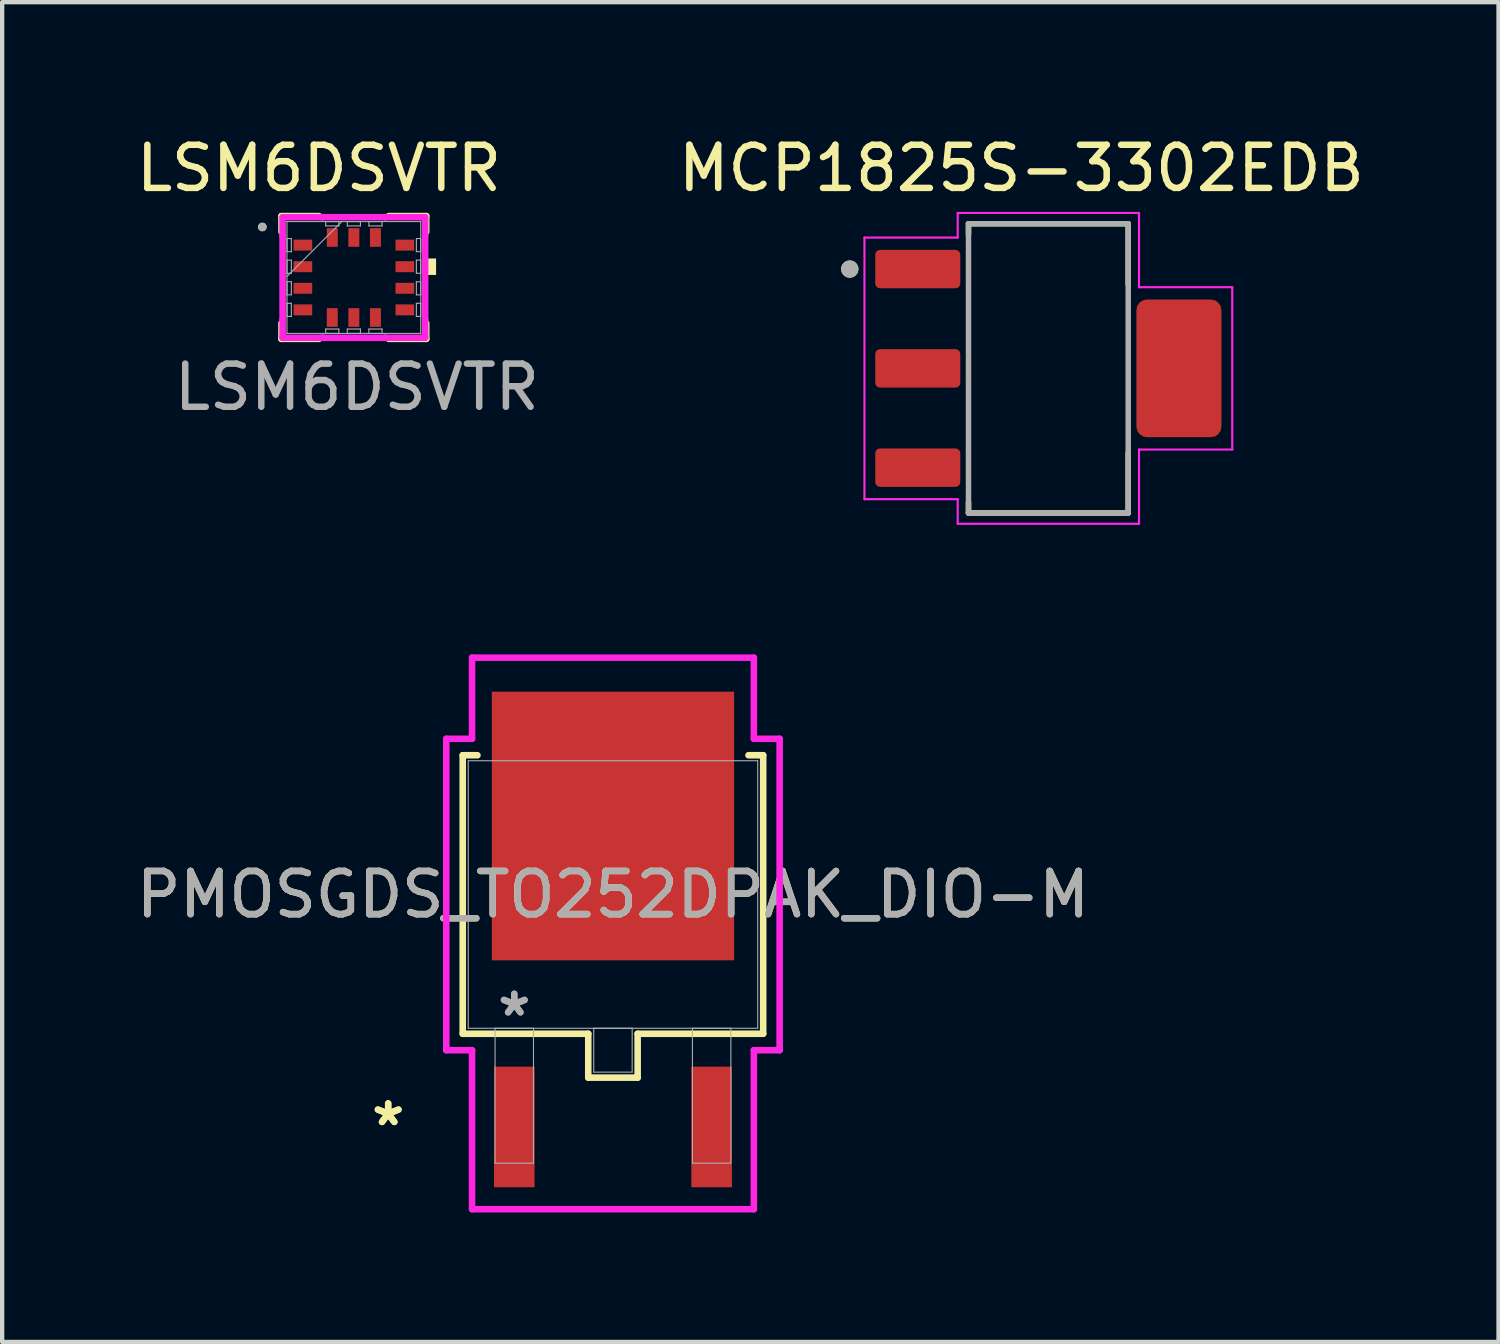
<source format=kicad_pcb>
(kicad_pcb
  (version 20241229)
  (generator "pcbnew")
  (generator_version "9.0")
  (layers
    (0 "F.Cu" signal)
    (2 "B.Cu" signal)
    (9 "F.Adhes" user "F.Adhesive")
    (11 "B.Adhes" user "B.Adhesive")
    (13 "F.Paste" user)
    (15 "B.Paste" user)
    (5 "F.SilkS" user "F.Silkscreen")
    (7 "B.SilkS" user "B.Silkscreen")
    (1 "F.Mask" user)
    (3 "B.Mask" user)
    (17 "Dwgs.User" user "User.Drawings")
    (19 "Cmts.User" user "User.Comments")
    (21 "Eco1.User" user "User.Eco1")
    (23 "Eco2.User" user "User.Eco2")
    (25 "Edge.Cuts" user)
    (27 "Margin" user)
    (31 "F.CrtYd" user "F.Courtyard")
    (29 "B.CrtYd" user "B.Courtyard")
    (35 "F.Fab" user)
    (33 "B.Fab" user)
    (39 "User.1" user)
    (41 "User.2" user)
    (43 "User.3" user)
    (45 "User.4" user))
  (footprint "MCP1825S-3302EDB"
    (layer "F.Cu")
    (at 21.235 5.483)
    (property "Reference" "MCP1825S-3302EDB" (at -0.625 -4.635 0) (layer "F.SilkS") (effects (font (size 1 1) (thickness 0.15))))
    (attr smd)
    (fp_line (start -1.85 -3.35) (end -1.85 -3.1) (stroke (width 0.127) (type solid)) (layer "F.SilkS"))
    (fp_line (start -1.85 3.35) (end -1.85 3.1) (stroke (width 0.127) (type solid)) (layer "F.SilkS"))
    (fp_line (start 1.85 -3.35) (end -1.85 -3.35) (stroke (width 0.127) (type solid)) (layer "F.SilkS"))
    (fp_line (start 1.85 -1.95) (end 1.85 -3.35) (stroke (width 0.127) (type solid)) (layer "F.SilkS"))
    (fp_line (start 1.85 1.95) (end 1.85 3.35) (stroke (width 0.127) (type solid)) (layer "F.SilkS"))
    (fp_line (start 1.85 3.35) (end -1.85 3.35) (stroke (width 0.127) (type solid)) (layer "F.SilkS"))
    (fp_circle (center -4.6 -2.3) (end -4.5 -2.3) (stroke (width 0.2) (type solid)) (fill no) (layer "F.SilkS"))
    (fp_line (start -4.26 -3.03) (end -4.26 3.03) (stroke (width 0.05) (type solid)) (layer "F.CrtYd"))
    (fp_line (start -4.26 3.03) (end -2.1 3.03) (stroke (width 0.05) (type solid)) (layer "F.CrtYd"))
    (fp_line (start -2.1 -3.6) (end -2.1 -3.03) (stroke (width 0.05) (type solid)) (layer "F.CrtYd"))
    (fp_line (start -2.1 -3.6) (end 2.1 -3.6) (stroke (width 0.05) (type solid)) (layer "F.CrtYd"))
    (fp_line (start -2.1 -3.03) (end -4.26 -3.03) (stroke (width 0.05) (type solid)) (layer "F.CrtYd"))
    (fp_line (start -2.1 3.03) (end -2.1 3.6) (stroke (width 0.05) (type solid)) (layer "F.CrtYd"))
    (fp_line (start 2.1 -3.6) (end 2.1 -1.88) (stroke (width 0.05) (type solid)) (layer "F.CrtYd"))
    (fp_line (start 2.1 -1.88) (end 4.26 -1.88) (stroke (width 0.05) (type solid)) (layer "F.CrtYd"))
    (fp_line (start 2.1 1.88) (end 2.1 3.6) (stroke (width 0.05) (type solid)) (layer "F.CrtYd"))
    (fp_line (start 2.1 3.6) (end -2.1 3.6) (stroke (width 0.05) (type solid)) (layer "F.CrtYd"))
    (fp_line (start 4.26 -1.88) (end 4.26 1.88) (stroke (width 0.05) (type solid)) (layer "F.CrtYd"))
    (fp_line (start 4.26 1.88) (end 2.1 1.88) (stroke (width 0.05) (type solid)) (layer "F.CrtYd"))
    (fp_line (start -1.85 -3.35) (end 1.85 -3.35) (stroke (width 0.127) (type solid)) (layer "F.Fab"))
    (fp_line (start -1.85 3.35) (end -1.85 -3.35) (stroke (width 0.127) (type solid)) (layer "F.Fab"))
    (fp_line (start 1.85 -3.35) (end 1.85 3.35) (stroke (width 0.127) (type solid)) (layer "F.Fab"))
    (fp_line (start 1.85 3.35) (end -1.85 3.35) (stroke (width 0.127) (type solid)) (layer "F.Fab"))
    (fp_circle (center -4.6 -2.3) (end -4.5 -2.3) (stroke (width 0.2) (type solid)) (fill no) (layer "F.Fab"))
    (pad "1" smd roundrect (at -3.025 -2.3) (size 1.97 0.89) (layers "F.Cu" "F.Mask" "F.Paste") (roundrect_rratio 0.125))
    (pad "2" smd roundrect (at -3.025 0) (size 1.97 0.89) (layers "F.Cu" "F.Mask" "F.Paste") (roundrect_rratio 0.125))
    (pad "3" smd roundrect (at -3.025 2.3) (size 1.97 0.89) (layers "F.Cu" "F.Mask" "F.Paste") (roundrect_rratio 0.125))
    (pad "4" smd roundrect (at 3.025 0) (size 1.97 3.19) (layers "F.Cu" "F.Mask" "F.Paste") (roundrect_rratio 0.125)))
  (footprint "LSM6DSVTR"
    (layer "F.Cu")
    (at 5.147 3.378)
    (property "Reference" "LSM6DSVTR" (at -0.808 -2.53 0) (unlocked yes) (layer "F.SilkS") (effects (font (size 1 1) (thickness 0.15))))
    (attr smd)
    (fp_line (start -1.676 -1.422) (end -1.676 -1.058) (stroke (width 0.152) (type solid)) (layer "F.SilkS"))
    (fp_line (start -1.676 1.058) (end -1.676 1.422) (stroke (width 0.152) (type solid)) (layer "F.SilkS"))
    (fp_line (start -1.676 1.422) (end -0.808 1.422) (stroke (width 0.152) (type solid)) (layer "F.SilkS"))
    (fp_line (start -0.808 -1.422) (end -1.676 -1.422) (stroke (width 0.152) (type solid)) (layer "F.SilkS"))
    (fp_line (start 0.808 1.422) (end 1.676 1.422) (stroke (width 0.152) (type solid)) (layer "F.SilkS"))
    (fp_line (start 1.676 -1.422) (end 0.808 -1.422) (stroke (width 0.152) (type solid)) (layer "F.SilkS"))
    (fp_line (start 1.676 -1.058) (end 1.676 -1.422) (stroke (width 0.152) (type solid)) (layer "F.SilkS"))
    (fp_line (start 1.676 1.422) (end 1.676 1.058) (stroke (width 0.152) (type solid)) (layer "F.SilkS"))
    (fp_circle (center -2.12 -1.17) (end -2.07 -1.17) (stroke (width 0.1) (type solid)) (fill no) (layer "F.SilkS"))
    (fp_poly (pts (xy 1.905 -0.441) (xy 1.905 -0.059) (xy 1.651 -0.059) (xy 1.651 -0.441)) (stroke (width 0) (type solid)) (fill yes) (layer "F.SilkS"))
    (fp_line (start -1.651 -1.397) (end -0.729 -1.397) (stroke (width 0.152) (type solid)) (layer "F.CrtYd"))
    (fp_line (start -1.651 -0.979) (end -1.651 -1.397) (stroke (width 0.152) (type solid)) (layer "F.CrtYd"))
    (fp_line (start -1.651 -0.979) (end -1.651 -0.979) (stroke (width 0.152) (type solid)) (layer "F.CrtYd"))
    (fp_line (start -1.651 0.979) (end -1.651 -0.979) (stroke (width 0.152) (type solid)) (layer "F.CrtYd"))
    (fp_line (start -1.651 0.979) (end -1.651 0.979) (stroke (width 0.152) (type solid)) (layer "F.CrtYd"))
    (fp_line (start -1.651 1.397) (end -1.651 0.979) (stroke (width 0.152) (type solid)) (layer "F.CrtYd"))
    (fp_line (start -0.729 -1.397) (end -0.729 -1.397) (stroke (width 0.152) (type solid)) (layer "F.CrtYd"))
    (fp_line (start -0.729 -1.397) (end 0.729 -1.397) (stroke (width 0.152) (type solid)) (layer "F.CrtYd"))
    (fp_line (start -0.729 1.397) (end -1.651 1.397) (stroke (width 0.152) (type solid)) (layer "F.CrtYd"))
    (fp_line (start -0.729 1.397) (end -0.729 1.397) (stroke (width 0.152) (type solid)) (layer "F.CrtYd"))
    (fp_line (start 0.729 -1.397) (end 0.729 -1.397) (stroke (width 0.152) (type solid)) (layer "F.CrtYd"))
    (fp_line (start 0.729 -1.397) (end 1.651 -1.397) (stroke (width 0.152) (type solid)) (layer "F.CrtYd"))
    (fp_line (start 0.729 1.397) (end -0.729 1.397) (stroke (width 0.152) (type solid)) (layer "F.CrtYd"))
    (fp_line (start 0.729 1.397) (end 0.729 1.397) (stroke (width 0.152) (type solid)) (layer "F.CrtYd"))
    (fp_line (start 1.651 -1.397) (end 1.651 -0.979) (stroke (width 0.152) (type solid)) (layer "F.CrtYd"))
    (fp_line (start 1.651 -0.979) (end 1.651 -0.979) (stroke (width 0.152) (type solid)) (layer "F.CrtYd"))
    (fp_line (start 1.651 -0.979) (end 1.651 0.979) (stroke (width 0.152) (type solid)) (layer "F.CrtYd"))
    (fp_line (start 1.651 0.979) (end 1.651 0.979) (stroke (width 0.152) (type solid)) (layer "F.CrtYd"))
    (fp_line (start 1.651 0.979) (end 1.651 1.397) (stroke (width 0.152) (type solid)) (layer "F.CrtYd"))
    (fp_line (start 1.651 1.397) (end 0.729 1.397) (stroke (width 0.152) (type solid)) (layer "F.CrtYd"))
    (fp_line (start -1.549 -1.295) (end -1.549 -1.295) (stroke (width 0.025) (type solid)) (layer "F.Fab"))
    (fp_line (start -1.549 -1.295) (end -1.549 1.295) (stroke (width 0.025) (type solid)) (layer "F.Fab"))
    (fp_line (start -1.549 -0.902) (end -1.448 -0.902) (stroke (width 0.025) (type solid)) (layer "F.Fab"))
    (fp_line (start -1.549 -0.598) (end -1.549 -0.902) (stroke (width 0.025) (type solid)) (layer "F.Fab"))
    (fp_line (start -1.549 -0.402) (end -1.448 -0.402) (stroke (width 0.025) (type solid)) (layer "F.Fab"))
    (fp_line (start -1.549 -0.098) (end -1.549 -0.402) (stroke (width 0.025) (type solid)) (layer "F.Fab"))
    (fp_line (start -1.549 -0.025) (end -0.279 -1.295) (stroke (width 0.025) (type solid)) (layer "F.Fab"))
    (fp_line (start -1.549 0.098) (end -1.448 0.098) (stroke (width 0.025) (type solid)) (layer "F.Fab"))
    (fp_line (start -1.549 0.402) (end -1.549 0.098) (stroke (width 0.025) (type solid)) (layer "F.Fab"))
    (fp_line (start -1.549 0.598) (end -1.448 0.598) (stroke (width 0.025) (type solid)) (layer "F.Fab"))
    (fp_line (start -1.549 0.902) (end -1.549 0.598) (stroke (width 0.025) (type solid)) (layer "F.Fab"))
    (fp_line (start -1.549 1.295) (end -1.549 1.295) (stroke (width 0.025) (type solid)) (layer "F.Fab"))
    (fp_line (start -1.549 1.295) (end 1.549 1.295) (stroke (width 0.025) (type solid)) (layer "F.Fab"))
    (fp_line (start -1.448 -0.902) (end -1.448 -0.598) (stroke (width 0.025) (type solid)) (layer "F.Fab"))
    (fp_line (start -1.448 -0.598) (end -1.549 -0.598) (stroke (width 0.025) (type solid)) (layer "F.Fab"))
    (fp_line (start -1.448 -0.402) (end -1.448 -0.098) (stroke (width 0.025) (type solid)) (layer "F.Fab"))
    (fp_line (start -1.448 -0.098) (end -1.549 -0.098) (stroke (width 0.025) (type solid)) (layer "F.Fab"))
    (fp_line (start -1.448 0.098) (end -1.448 0.402) (stroke (width 0.025) (type solid)) (layer "F.Fab"))
    (fp_line (start -1.448 0.402) (end -1.549 0.402) (stroke (width 0.025) (type solid)) (layer "F.Fab"))
    (fp_line (start -1.448 0.598) (end -1.448 0.902) (stroke (width 0.025) (type solid)) (layer "F.Fab"))
    (fp_line (start -1.448 0.902) (end -1.549 0.902) (stroke (width 0.025) (type solid)) (layer "F.Fab"))
    (fp_line (start -0.652 -1.295) (end -0.348 -1.295) (stroke (width 0.025) (type solid)) (layer "F.Fab"))
    (fp_line (start -0.652 -1.194) (end -0.652 -1.295) (stroke (width 0.025) (type solid)) (layer "F.Fab"))
    (fp_line (start -0.652 1.194) (end -0.348 1.194) (stroke (width 0.025) (type solid)) (layer "F.Fab"))
    (fp_line (start -0.652 1.295) (end -0.652 1.194) (stroke (width 0.025) (type solid)) (layer "F.Fab"))
    (fp_line (start -0.348 -1.295) (end -0.348 -1.194) (stroke (width 0.025) (type solid)) (layer "F.Fab"))
    (fp_line (start -0.348 -1.194) (end -0.652 -1.194) (stroke (width 0.025) (type solid)) (layer "F.Fab"))
    (fp_line (start -0.348 1.194) (end -0.348 1.295) (stroke (width 0.025) (type solid)) (layer "F.Fab"))
    (fp_line (start -0.348 1.295) (end -0.652 1.295) (stroke (width 0.025) (type solid)) (layer "F.Fab"))
    (fp_line (start -0.152 -1.295) (end 0.152 -1.295) (stroke (width 0.025) (type solid)) (layer "F.Fab"))
    (fp_line (start -0.152 -1.194) (end -0.152 -1.295) (stroke (width 0.025) (type solid)) (layer "F.Fab"))
    (fp_line (start -0.152 1.194) (end 0.152 1.194) (stroke (width 0.025) (type solid)) (layer "F.Fab"))
    (fp_line (start -0.152 1.295) (end -0.152 1.194) (stroke (width 0.025) (type solid)) (layer "F.Fab"))
    (fp_line (start 0.152 -1.295) (end 0.152 -1.194) (stroke (width 0.025) (type solid)) (layer "F.Fab"))
    (fp_line (start 0.152 -1.194) (end -0.152 -1.194) (stroke (width 0.025) (type solid)) (layer "F.Fab"))
    (fp_line (start 0.152 1.194) (end 0.152 1.295) (stroke (width 0.025) (type solid)) (layer "F.Fab"))
    (fp_line (start 0.152 1.295) (end -0.152 1.295) (stroke (width 0.025) (type solid)) (layer "F.Fab"))
    (fp_line (start 0.348 -1.295) (end 0.652 -1.295) (stroke (width 0.025) (type solid)) (layer "F.Fab"))
    (fp_line (start 0.348 -1.194) (end 0.348 -1.295) (stroke (width 0.025) (type solid)) (layer "F.Fab"))
    (fp_line (start 0.348 1.194) (end 0.652 1.194) (stroke (width 0.025) (type solid)) (layer "F.Fab"))
    (fp_line (start 0.348 1.295) (end 0.348 1.194) (stroke (width 0.025) (type solid)) (layer "F.Fab"))
    (fp_line (start 0.652 -1.295) (end 0.652 -1.194) (stroke (width 0.025) (type solid)) (layer "F.Fab"))
    (fp_line (start 0.652 -1.194) (end 0.348 -1.194) (stroke (width 0.025) (type solid)) (layer "F.Fab"))
    (fp_line (start 0.652 1.194) (end 0.652 1.295) (stroke (width 0.025) (type solid)) (layer "F.Fab"))
    (fp_line (start 0.652 1.295) (end 0.348 1.295) (stroke (width 0.025) (type solid)) (layer "F.Fab"))
    (fp_line (start 1.448 -0.902) (end 1.549 -0.902) (stroke (width 0.025) (type solid)) (layer "F.Fab"))
    (fp_line (start 1.448 -0.598) (end 1.448 -0.902) (stroke (width 0.025) (type solid)) (layer "F.Fab"))
    (fp_line (start 1.448 -0.402) (end 1.549 -0.402) (stroke (width 0.025) (type solid)) (layer "F.Fab"))
    (fp_line (start 1.448 -0.098) (end 1.448 -0.402) (stroke (width 0.025) (type solid)) (layer "F.Fab"))
    (fp_line (start 1.448 0.098) (end 1.549 0.098) (stroke (width 0.025) (type solid)) (layer "F.Fab"))
    (fp_line (start 1.448 0.402) (end 1.448 0.098) (stroke (width 0.025) (type solid)) (layer "F.Fab"))
    (fp_line (start 1.448 0.598) (end 1.549 0.598) (stroke (width 0.025) (type solid)) (layer "F.Fab"))
    (fp_line (start 1.448 0.902) (end 1.448 0.598) (stroke (width 0.025) (type solid)) (layer "F.Fab"))
    (fp_line (start 1.549 -1.295) (end -1.549 -1.295) (stroke (width 0.025) (type solid)) (layer "F.Fab"))
    (fp_line (start 1.549 -1.295) (end 1.549 -1.295) (stroke (width 0.025) (type solid)) (layer "F.Fab"))
    (fp_line (start 1.549 -0.902) (end 1.549 -0.598) (stroke (width 0.025) (type solid)) (layer "F.Fab"))
    (fp_line (start 1.549 -0.598) (end 1.448 -0.598) (stroke (width 0.025) (type solid)) (layer "F.Fab"))
    (fp_line (start 1.549 -0.402) (end 1.549 -0.098) (stroke (width 0.025) (type solid)) (layer "F.Fab"))
    (fp_line (start 1.549 -0.098) (end 1.448 -0.098) (stroke (width 0.025) (type solid)) (layer "F.Fab"))
    (fp_line (start 1.549 0.098) (end 1.549 0.402) (stroke (width 0.025) (type solid)) (layer "F.Fab"))
    (fp_line (start 1.549 0.402) (end 1.448 0.402) (stroke (width 0.025) (type solid)) (layer "F.Fab"))
    (fp_line (start 1.549 0.598) (end 1.549 0.902) (stroke (width 0.025) (type solid)) (layer "F.Fab"))
    (fp_line (start 1.549 0.902) (end 1.448 0.902) (stroke (width 0.025) (type solid)) (layer "F.Fab"))
    (fp_line (start 1.549 1.295) (end 1.549 -1.295) (stroke (width 0.025) (type solid)) (layer "F.Fab"))
    (fp_line (start 1.549 1.295) (end 1.549 1.295) (stroke (width 0.025) (type solid)) (layer "F.Fab"))
    (fp_circle (center -2.12 -1.17) (end -2.07 -1.17) (stroke (width 0.1) (type solid)) (fill no) (layer "F.Fab"))
    (fp_text user "${REFERENCE}" (at 0.07 2.54 0) (unlocked yes) (layer "F.Fab") (effects (font (size 1 1) (thickness 0.15))))
    (pad "1" smd rect (at -1.181 -0.75 90) (size 0.254 0.432) (layers "F.Cu" "F.Mask" "F.Paste"))
    (pad "2" smd rect (at -1.181 -0.25 90) (size 0.254 0.432) (layers "F.Cu" "F.Mask" "F.Paste"))
    (pad "3" smd rect (at -1.181 0.25 90) (size 0.254 0.432) (layers "F.Cu" "F.Mask" "F.Paste"))
    (pad "4" smd rect (at -1.181 0.75 90) (size 0.254 0.432) (layers "F.Cu" "F.Mask" "F.Paste"))
    (pad "5" smd rect (at -0.5 0.927) (size 0.254 0.432) (layers "F.Cu" "F.Mask" "F.Paste"))
    (pad "6" smd rect (at 0 0.927) (size 0.254 0.432) (layers "F.Cu" "F.Mask" "F.Paste"))
    (pad "7" smd rect (at 0.5 0.927) (size 0.254 0.432) (layers "F.Cu" "F.Mask" "F.Paste"))
    (pad "8" smd rect (at 1.181 0.75 90) (size 0.254 0.432) (layers "F.Cu" "F.Mask" "F.Paste"))
    (pad "9" smd rect (at 1.181 0.25 90) (size 0.254 0.432) (layers "F.Cu" "F.Mask" "F.Paste"))
    (pad "10" smd rect (at 1.181 -0.25 90) (size 0.254 0.432) (layers "F.Cu" "F.Mask" "F.Paste"))
    (pad "11" smd rect (at 1.181 -0.75 90) (size 0.254 0.432) (layers "F.Cu" "F.Mask" "F.Paste"))
    (pad "12" smd rect (at 0.5 -0.927) (size 0.254 0.432) (layers "F.Cu" "F.Mask" "F.Paste"))
    (pad "13" smd rect (at 0 -0.927) (size 0.254 0.432) (layers "F.Cu" "F.Mask" "F.Paste"))
    (pad "14" smd rect (at -0.5 -0.927) (size 0.254 0.432) (layers "F.Cu" "F.Mask" "F.Paste")))
  (footprint "PMOSGDS_TO252DPAK_DIO-M"
    (layer "F.Cu")
    (at 11.149 17.671)
    (property "Reference" "PMOSGDS_TO252DPAK_DIO-M" (at 0 0 0) (unlocked yes) (layer "F.SilkS") (effects (font (size 1 1) (thickness 0.15))))
    (attr smd)
    (fp_line (start -3.48 -3.226) (end -3.48 3.226) (stroke (width 0.152) (type solid)) (layer "F.SilkS"))
    (fp_line (start -3.48 3.226) (end -0.572 3.226) (stroke (width 0.152) (type solid)) (layer "F.SilkS"))
    (fp_line (start -3.139 -3.226) (end -3.48 -3.226) (stroke (width 0.152) (type solid)) (layer "F.SilkS"))
    (fp_line (start -0.572 3.226) (end -0.572 4.242) (stroke (width 0.152) (type solid)) (layer "F.SilkS"))
    (fp_line (start -0.572 4.242) (end 0.572 4.242) (stroke (width 0.152) (type solid)) (layer "F.SilkS"))
    (fp_line (start 0.572 3.226) (end 3.48 3.226) (stroke (width 0.152) (type solid)) (layer "F.SilkS"))
    (fp_line (start 0.572 4.242) (end 0.572 3.226) (stroke (width 0.152) (type solid)) (layer "F.SilkS"))
    (fp_line (start 3.48 -3.226) (end 3.139 -3.226) (stroke (width 0.152) (type solid)) (layer "F.SilkS"))
    (fp_line (start 3.48 3.226) (end 3.48 -3.226) (stroke (width 0.152) (type solid)) (layer "F.SilkS"))
    (fp_line (start -3.861 -3.607) (end -3.264 -3.607) (stroke (width 0.152) (type solid)) (layer "F.CrtYd"))
    (fp_line (start -3.861 3.607) (end -3.861 -3.607) (stroke (width 0.152) (type solid)) (layer "F.CrtYd"))
    (fp_line (start -3.264 -5.486) (end 3.264 -5.486) (stroke (width 0.152) (type solid)) (layer "F.CrtYd"))
    (fp_line (start -3.264 -3.607) (end -3.264 -5.486) (stroke (width 0.152) (type solid)) (layer "F.CrtYd"))
    (fp_line (start -3.264 3.607) (end -3.861 3.607) (stroke (width 0.152) (type solid)) (layer "F.CrtYd"))
    (fp_line (start -3.264 7.29) (end -3.264 3.607) (stroke (width 0.152) (type solid)) (layer "F.CrtYd"))
    (fp_line (start 3.264 -5.486) (end 3.264 -3.607) (stroke (width 0.152) (type solid)) (layer "F.CrtYd"))
    (fp_line (start 3.264 -3.607) (end 3.861 -3.607) (stroke (width 0.152) (type solid)) (layer "F.CrtYd"))
    (fp_line (start 3.264 3.607) (end 3.264 7.29) (stroke (width 0.152) (type solid)) (layer "F.CrtYd"))
    (fp_line (start 3.264 7.29) (end -3.264 7.29) (stroke (width 0.152) (type solid)) (layer "F.CrtYd"))
    (fp_line (start 3.861 -3.607) (end 3.861 3.607) (stroke (width 0.152) (type solid)) (layer "F.CrtYd"))
    (fp_line (start 3.861 3.607) (end 3.264 3.607) (stroke (width 0.152) (type solid)) (layer "F.CrtYd"))
    (fp_line (start -3.353 -3.099) (end -3.353 3.099) (stroke (width 0.025) (type solid)) (layer "F.Fab"))
    (fp_line (start -3.353 3.099) (end 3.353 3.099) (stroke (width 0.025) (type solid)) (layer "F.Fab"))
    (fp_line (start -2.731 3.099) (end -2.731 6.223) (stroke (width 0.025) (type solid)) (layer "F.Fab"))
    (fp_line (start -2.731 6.223) (end -1.841 6.223) (stroke (width 0.025) (type solid)) (layer "F.Fab"))
    (fp_line (start -1.841 3.099) (end -2.731 3.099) (stroke (width 0.025) (type solid)) (layer "F.Fab"))
    (fp_line (start -1.841 6.223) (end -1.841 3.099) (stroke (width 0.025) (type solid)) (layer "F.Fab"))
    (fp_line (start -0.445 3.099) (end -0.445 4.115) (stroke (width 0.025) (type solid)) (layer "F.Fab"))
    (fp_line (start -0.445 4.115) (end 0.445 4.115) (stroke (width 0.025) (type solid)) (layer "F.Fab"))
    (fp_line (start 0.445 3.099) (end -0.445 3.099) (stroke (width 0.025) (type solid)) (layer "F.Fab"))
    (fp_line (start 0.445 4.115) (end 0.445 3.099) (stroke (width 0.025) (type solid)) (layer "F.Fab"))
    (fp_line (start 1.841 3.099) (end 1.841 6.223) (stroke (width 0.025) (type solid)) (layer "F.Fab"))
    (fp_line (start 1.841 6.223) (end 2.731 6.223) (stroke (width 0.025) (type solid)) (layer "F.Fab"))
    (fp_line (start 2.731 3.099) (end 1.841 3.099) (stroke (width 0.025) (type solid)) (layer "F.Fab"))
    (fp_line (start 2.731 6.223) (end 2.731 3.099) (stroke (width 0.025) (type solid)) (layer "F.Fab"))
    (fp_line (start 3.353 -3.099) (end -3.353 -3.099) (stroke (width 0.025) (type solid)) (layer "F.Fab"))
    (fp_line (start 3.353 3.099) (end 3.353 -3.099) (stroke (width 0.025) (type solid)) (layer "F.Fab"))
    (fp_text user "*" (at -5.207 5.385 0) (unlocked yes) (layer "F.SilkS") (effects (font (size 1 1) (thickness 0.15))))
    (fp_text user "*" (at -5.207 5.385 0) (layer "F.SilkS") (effects (font (size 1 1) (thickness 0.15))))
    (fp_text user "${REFERENCE}" (at 0 0 0) (unlocked yes) (layer "F.Fab") (effects (font (size 1 1) (thickness 0.15))))
    (fp_text user "*" (at -2.286 2.845 0) (layer "F.Fab") (effects (font (size 1 1) (thickness 0.15))))
    (fp_text user "*" (at -2.286 2.845 0) (unlocked yes) (layer "F.Fab") (effects (font (size 1 1) (thickness 0.15))))
    (pad "1" smd rect (at -2.286 5.385) (size 0.94 2.794) (layers "F.Cu" "F.Mask" "F.Paste"))
    (pad "2" smd rect (at 0 -1.587) (size 5.613 6.223) (layers "F.Cu" "F.Mask" "F.Paste"))
    (pad "3" smd rect (at 2.286 5.385) (size 0.94 2.794) (layers "F.Cu" "F.Mask" "F.Paste")))
  (gr_rect
    (start -3 -3)
    (end 31.663 28.037)
    (stroke (width 0.1) (type default))
    (fill no)
    (layer "Edge.Cuts")))
</source>
